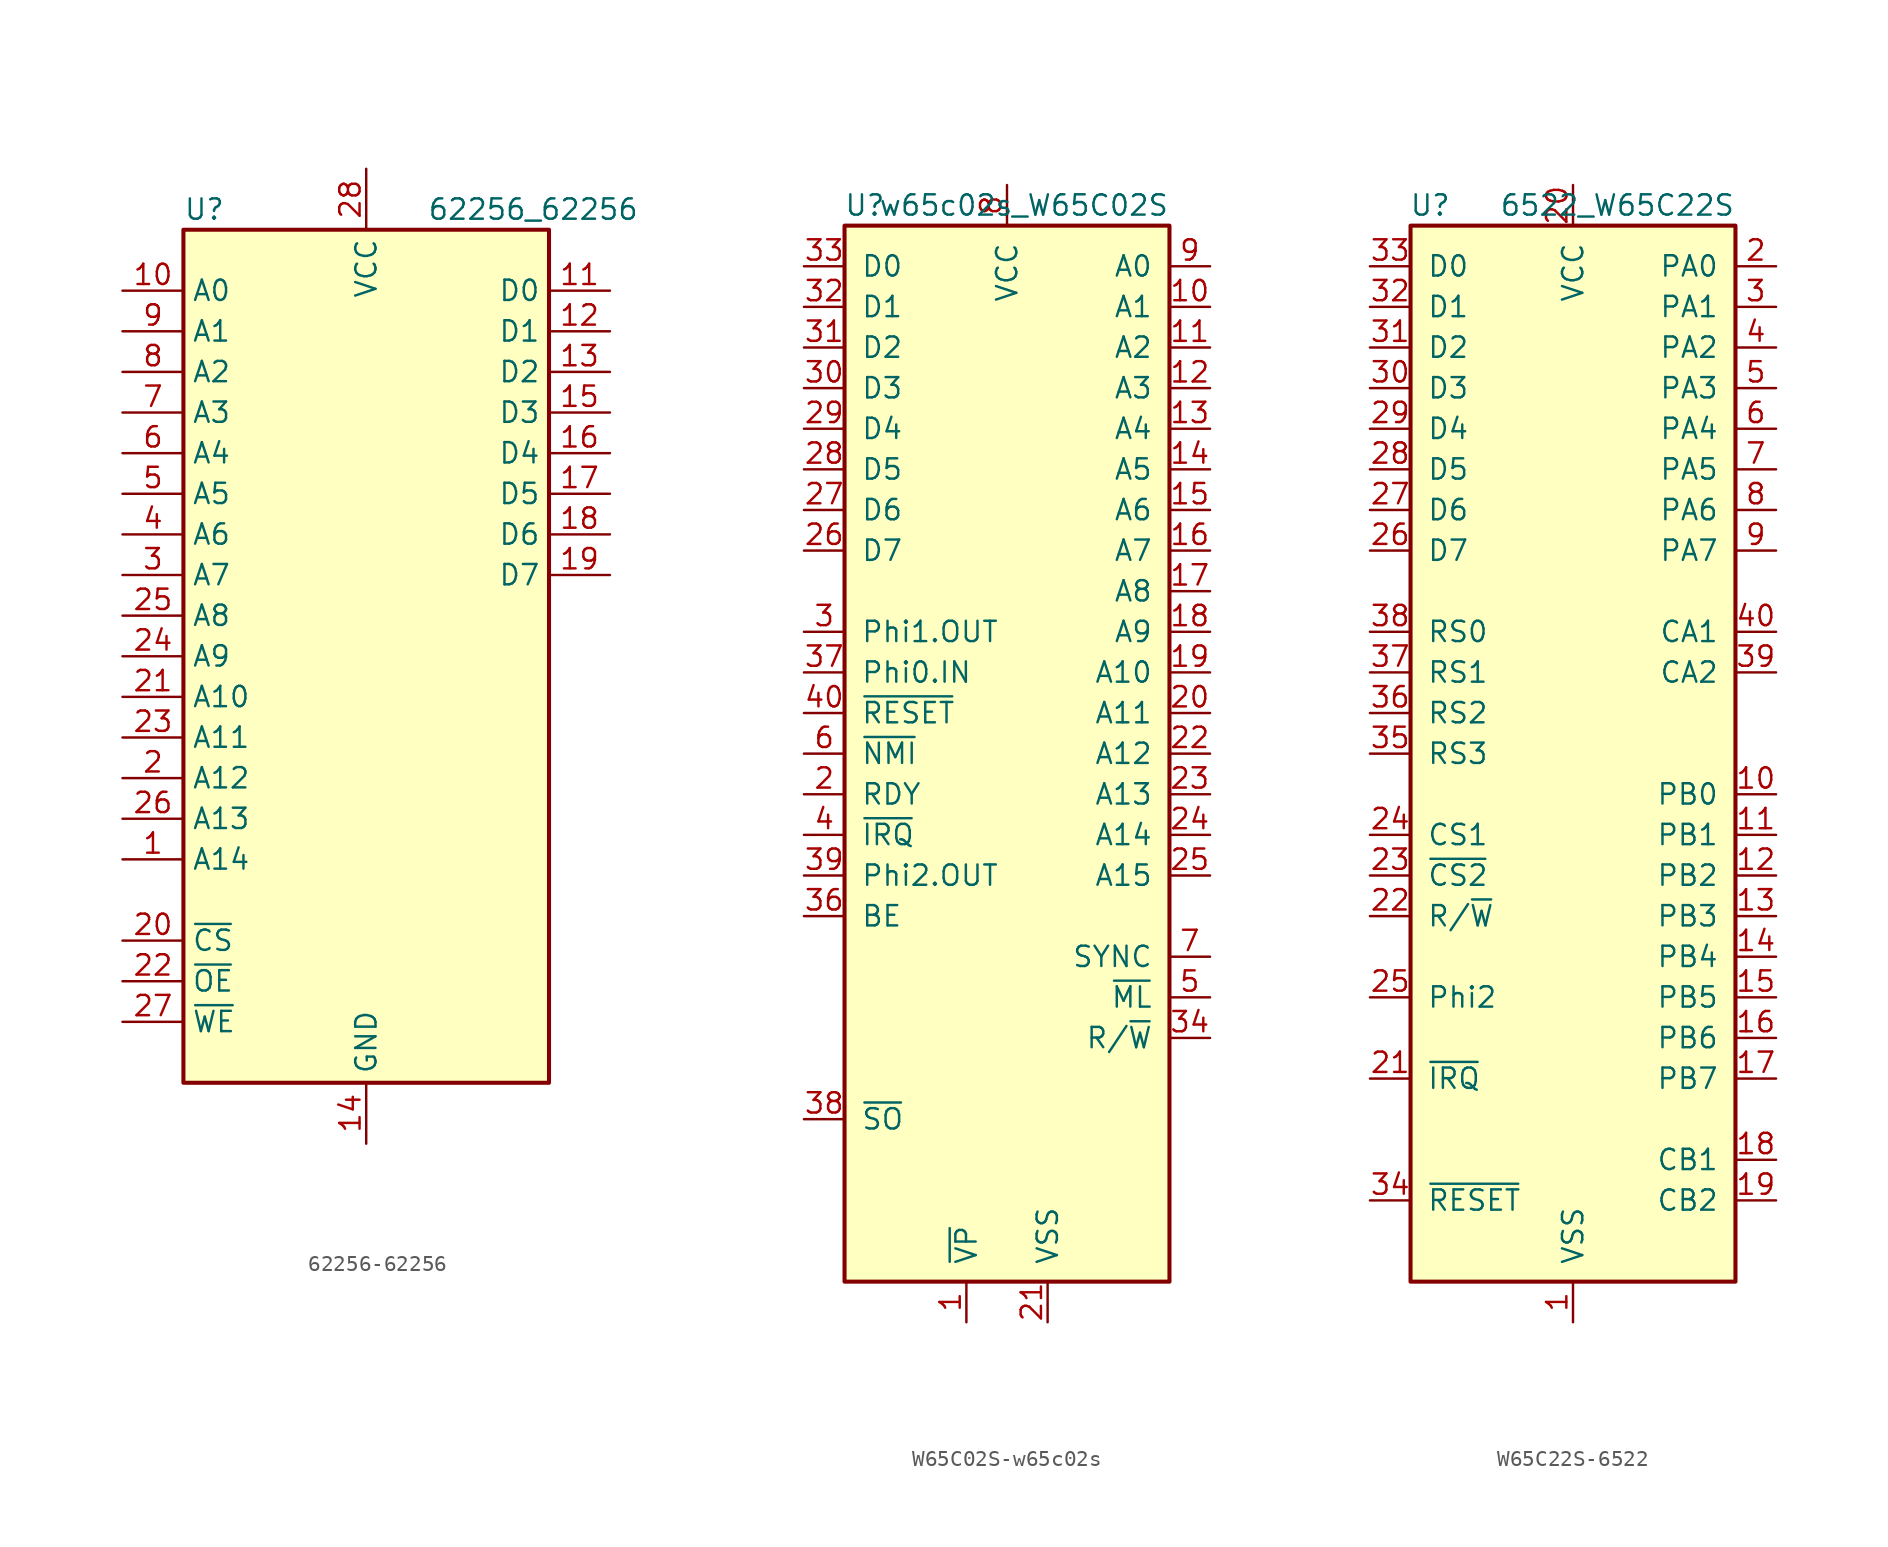
<source format=kicad_sym>
(kicad_symbol_lib
  (version 20231120)
  (generator "kicad_symbol_editor")
  (generator_version "8.0")
  (symbol "62256-62256"
    (property "Reference" "U"
      (at -11.43 27.94 0)
      (effects (font (size 1.27 1.27)) (justify left)))
    (property "Value" "62256_62256"
      (at 3.81 27.94 0)
      (effects (font (size 1.27 1.27)) (justify left)))
    (symbol "62256-62256_0_0"
      (pin power_in line (at 0 -30.48 90) (length 3.81) (name "GND" (effects (font (size 1.27 1.27)))) (number "14" (effects (font (size 1.27 1.27)))))
      (pin power_in line (at 0 30.48 270) (length 3.81) (name "VCC" (effects (font (size 1.27 1.27)))) (number "28" (effects (font (size 1.27 1.27))))))
    (symbol "62256-62256_0_1"
      (rectangle (start -11.43 26.67) (end 11.43 -26.67) (stroke (width 0.254) (type solid)) (fill (type background))))
    (symbol "62256-62256_1_1"
      (pin input line (at -15.24 -12.7 0) (length 3.81) (name "A14" (effects (font (size 1.27 1.27)))) (number "1" (effects (font (size 1.27 1.27)))))
      (pin input line (at -15.24 22.86 0) (length 3.81) (name "A0" (effects (font (size 1.27 1.27)))) (number "10" (effects (font (size 1.27 1.27)))))
      (pin tri_state line (at 15.24 22.86 180) (length 3.81) (name "D0" (effects (font (size 1.27 1.27)))) (number "11" (effects (font (size 1.27 1.27)))))
      (pin tri_state line (at 15.24 20.32 180) (length 3.81) (name "D1" (effects (font (size 1.27 1.27)))) (number "12" (effects (font (size 1.27 1.27)))))
      (pin tri_state line (at 15.24 17.78 180) (length 3.81) (name "D2" (effects (font (size 1.27 1.27)))) (number "13" (effects (font (size 1.27 1.27)))))
      (pin tri_state line (at 15.24 15.24 180) (length 3.81) (name "D3" (effects (font (size 1.27 1.27)))) (number "15" (effects (font (size 1.27 1.27)))))
      (pin tri_state line (at 15.24 12.7 180) (length 3.81) (name "D4" (effects (font (size 1.27 1.27)))) (number "16" (effects (font (size 1.27 1.27)))))
      (pin tri_state line (at 15.24 10.16 180) (length 3.81) (name "D5" (effects (font (size 1.27 1.27)))) (number "17" (effects (font (size 1.27 1.27)))))
      (pin tri_state line (at 15.24 7.62 180) (length 3.81) (name "D6" (effects (font (size 1.27 1.27)))) (number "18" (effects (font (size 1.27 1.27)))))
      (pin tri_state line (at 15.24 5.08 180) (length 3.81) (name "D7" (effects (font (size 1.27 1.27)))) (number "19" (effects (font (size 1.27 1.27)))))
      (pin input line (at -15.24 -7.62 0) (length 3.81) (name "A12" (effects (font (size 1.27 1.27)))) (number "2" (effects (font (size 1.27 1.27)))))
      (pin input line (at -15.24 -17.78 0) (length 3.81) (name "~{CS}" (effects (font (size 1.27 1.27)))) (number "20" (effects (font (size 1.27 1.27)))))
      (pin input line (at -15.24 -2.54 0) (length 3.81) (name "A10" (effects (font (size 1.27 1.27)))) (number "21" (effects (font (size 1.27 1.27)))))
      (pin input line (at -15.24 -20.32 0) (length 3.81) (name "~{OE}" (effects (font (size 1.27 1.27)))) (number "22" (effects (font (size 1.27 1.27)))))
      (pin input line (at -15.24 -5.08 0) (length 3.81) (name "A11" (effects (font (size 1.27 1.27)))) (number "23" (effects (font (size 1.27 1.27)))))
      (pin input line (at -15.24 0 0) (length 3.81) (name "A9" (effects (font (size 1.27 1.27)))) (number "24" (effects (font (size 1.27 1.27)))))
      (pin input line (at -15.24 2.54 0) (length 3.81) (name "A8" (effects (font (size 1.27 1.27)))) (number "25" (effects (font (size 1.27 1.27)))))
      (pin input line (at -15.24 -10.16 0) (length 3.81) (name "A13" (effects (font (size 1.27 1.27)))) (number "26" (effects (font (size 1.27 1.27)))))
      (pin input line (at -15.24 -22.86 0) (length 3.81) (name "~{WE}" (effects (font (size 1.27 1.27)))) (number "27" (effects (font (size 1.27 1.27)))))
      (pin input line (at -15.24 5.08 0) (length 3.81) (name "A7" (effects (font (size 1.27 1.27)))) (number "3" (effects (font (size 1.27 1.27)))))
      (pin input line (at -15.24 7.62 0) (length 3.81) (name "A6" (effects (font (size 1.27 1.27)))) (number "4" (effects (font (size 1.27 1.27)))))
      (pin input line (at -15.24 10.16 0) (length 3.81) (name "A5" (effects (font (size 1.27 1.27)))) (number "5" (effects (font (size 1.27 1.27)))))
      (pin input line (at -15.24 12.7 0) (length 3.81) (name "A4" (effects (font (size 1.27 1.27)))) (number "6" (effects (font (size 1.27 1.27)))))
      (pin input line (at -15.24 15.24 0) (length 3.81) (name "A3" (effects (font (size 1.27 1.27)))) (number "7" (effects (font (size 1.27 1.27)))))
      (pin input line (at -15.24 17.78 0) (length 3.81) (name "A2" (effects (font (size 1.27 1.27)))) (number "8" (effects (font (size 1.27 1.27)))))
      (pin input line (at -15.24 20.32 0) (length 3.81) (name "A1" (effects (font (size 1.27 1.27)))) (number "9" (effects (font (size 1.27 1.27)))))))
  (symbol "W65C02S-w65c02s"
    (pin_names
      (offset 1.016))
    (property "Reference" "U"
      (at -8.89 34.29 0)
      (effects (font (size 1.27 1.27))))
    (property "Value" "w65c02s_W65C02S"
      (at 10.16 34.29 0)
      (effects (font (size 1.27 1.27)) (justify right)))
    (symbol "W65C02S-w65c02s_0_1"
      (rectangle (start -10.16 -33.02) (end 10.16 33.02) (stroke (width 0.254) (type solid)) (fill (type background))))
    (symbol "W65C02S-w65c02s_1_1"
      (pin output line (at -2.54 -35.56 90) (length 2.54) (name "~{VP}" (effects (font (size 1.27 1.27)))) (number "1" (effects (font (size 1.27 1.27)))))
      (pin output line (at 12.7 27.94 180) (length 2.54) (name "A1" (effects (font (size 1.27 1.27)))) (number "10" (effects (font (size 1.27 1.27)))))
      (pin output line (at 12.7 25.4 180) (length 2.54) (name "A2" (effects (font (size 1.27 1.27)))) (number "11" (effects (font (size 1.27 1.27)))))
      (pin output line (at 12.7 22.86 180) (length 2.54) (name "A3" (effects (font (size 1.27 1.27)))) (number "12" (effects (font (size 1.27 1.27)))))
      (pin output line (at 12.7 20.32 180) (length 2.54) (name "A4" (effects (font (size 1.27 1.27)))) (number "13" (effects (font (size 1.27 1.27)))))
      (pin output line (at 12.7 17.78 180) (length 2.54) (name "A5" (effects (font (size 1.27 1.27)))) (number "14" (effects (font (size 1.27 1.27)))))
      (pin output line (at 12.7 15.24 180) (length 2.54) (name "A6" (effects (font (size 1.27 1.27)))) (number "15" (effects (font (size 1.27 1.27)))))
      (pin output line (at 12.7 12.7 180) (length 2.54) (name "A7" (effects (font (size 1.27 1.27)))) (number "16" (effects (font (size 1.27 1.27)))))
      (pin output line (at 12.7 10.16 180) (length 2.54) (name "A8" (effects (font (size 1.27 1.27)))) (number "17" (effects (font (size 1.27 1.27)))))
      (pin output line (at 12.7 7.62 180) (length 2.54) (name "A9" (effects (font (size 1.27 1.27)))) (number "18" (effects (font (size 1.27 1.27)))))
      (pin output line (at 12.7 5.08 180) (length 2.54) (name "A10" (effects (font (size 1.27 1.27)))) (number "19" (effects (font (size 1.27 1.27)))))
      (pin input line (at -12.7 -2.54 0) (length 2.54) (name "RDY" (effects (font (size 1.27 1.27)))) (number "2" (effects (font (size 1.27 1.27)))))
      (pin output line (at 12.7 2.54 180) (length 2.54) (name "A11" (effects (font (size 1.27 1.27)))) (number "20" (effects (font (size 1.27 1.27)))))
      (pin power_in line (at 2.54 -35.56 90) (length 2.54) (name "VSS" (effects (font (size 1.27 1.27)))) (number "21" (effects (font (size 1.27 1.27)))))
      (pin output line (at 12.7 0 180) (length 2.54) (name "A12" (effects (font (size 1.27 1.27)))) (number "22" (effects (font (size 1.27 1.27)))))
      (pin output line (at 12.7 -2.54 180) (length 2.54) (name "A13" (effects (font (size 1.27 1.27)))) (number "23" (effects (font (size 1.27 1.27)))))
      (pin output line (at 12.7 -5.08 180) (length 2.54) (name "A14" (effects (font (size 1.27 1.27)))) (number "24" (effects (font (size 1.27 1.27)))))
      (pin output line (at 12.7 -7.62 180) (length 2.54) (name "A15" (effects (font (size 1.27 1.27)))) (number "25" (effects (font (size 1.27 1.27)))))
      (pin bidirectional line (at -12.7 12.7 0) (length 2.54) (name "D7" (effects (font (size 1.27 1.27)))) (number "26" (effects (font (size 1.27 1.27)))))
      (pin bidirectional line (at -12.7 15.24 0) (length 2.54) (name "D6" (effects (font (size 1.27 1.27)))) (number "27" (effects (font (size 1.27 1.27)))))
      (pin bidirectional line (at -12.7 17.78 0) (length 2.54) (name "D5" (effects (font (size 1.27 1.27)))) (number "28" (effects (font (size 1.27 1.27)))))
      (pin bidirectional line (at -12.7 20.32 0) (length 2.54) (name "D4" (effects (font (size 1.27 1.27)))) (number "29" (effects (font (size 1.27 1.27)))))
      (pin output line (at -12.7 7.62 0) (length 2.54) (name "Phi1.OUT" (effects (font (size 1.27 1.27)))) (number "3" (effects (font (size 1.27 1.27)))))
      (pin bidirectional line (at -12.7 22.86 0) (length 2.54) (name "D3" (effects (font (size 1.27 1.27)))) (number "30" (effects (font (size 1.27 1.27)))))
      (pin bidirectional line (at -12.7 25.4 0) (length 2.54) (name "D2" (effects (font (size 1.27 1.27)))) (number "31" (effects (font (size 1.27 1.27)))))
      (pin bidirectional line (at -12.7 27.94 0) (length 2.54) (name "D1" (effects (font (size 1.27 1.27)))) (number "32" (effects (font (size 1.27 1.27)))))
      (pin bidirectional line (at -12.7 30.48 0) (length 2.54) (name "D0" (effects (font (size 1.27 1.27)))) (number "33" (effects (font (size 1.27 1.27)))))
      (pin output line (at 12.7 -17.78 180) (length 2.54) (name "R/~{W}" (effects (font (size 1.27 1.27)))) (number "34" (effects (font (size 1.27 1.27)))))
      (pin no_connect line (at -10.16 -25.4 0) (length 2.54) hide (name "N.C." (effects (font (size 1.27 1.27)))) (number "35" (effects (font (size 1.27 1.27)))))
      (pin input line (at -12.7 -10.16 0) (length 2.54) (name "BE" (effects (font (size 1.27 1.27)))) (number "36" (effects (font (size 1.27 1.27)))))
      (pin input line (at -12.7 5.08 0) (length 2.54) (name "Phi0.IN" (effects (font (size 1.27 1.27)))) (number "37" (effects (font (size 1.27 1.27)))))
      (pin input line (at -12.7 -22.86 0) (length 2.54) (name "~{SO}" (effects (font (size 1.27 1.27)))) (number "38" (effects (font (size 1.27 1.27)))))
      (pin output line (at -12.7 -7.62 0) (length 2.54) (name "Phi2.OUT" (effects (font (size 1.27 1.27)))) (number "39" (effects (font (size 1.27 1.27)))))
      (pin input line (at -12.7 -5.08 0) (length 2.54) (name "~{IRQ}" (effects (font (size 1.27 1.27)))) (number "4" (effects (font (size 1.27 1.27)))))
      (pin input line (at -12.7 2.54 0) (length 2.54) (name "~{RESET}" (effects (font (size 1.27 1.27)))) (number "40" (effects (font (size 1.27 1.27)))))
      (pin output line (at 12.7 -15.24 180) (length 2.54) (name "~{ML}" (effects (font (size 1.27 1.27)))) (number "5" (effects (font (size 1.27 1.27)))))
      (pin input line (at -12.7 0 0) (length 2.54) (name "~{NMI}" (effects (font (size 1.27 1.27)))) (number "6" (effects (font (size 1.27 1.27)))))
      (pin output line (at 12.7 -12.7 180) (length 2.54) (name "SYNC" (effects (font (size 1.27 1.27)))) (number "7" (effects (font (size 1.27 1.27)))))
      (pin power_in line (at 0 35.56 270) (length 2.54) (name "VCC" (effects (font (size 1.27 1.27)))) (number "8" (effects (font (size 1.27 1.27)))))
      (pin output line (at 12.7 30.48 180) (length 2.54) (name "A0" (effects (font (size 1.27 1.27)))) (number "9" (effects (font (size 1.27 1.27)))))))
  (symbol "W65C22S-6522"
    (pin_names
      (offset 1.016))
    (property "Reference" "U"
      (at -7.62 34.29 0)
      (effects (font (size 1.27 1.27)) (justify right)))
    (property "Value" "6522_W65C22S"
      (at 10.16 34.29 0)
      (effects (font (size 1.27 1.27)) (justify right)))
    (symbol "W65C22S-6522_0_1"
      (rectangle (start -10.16 -33.02) (end 10.16 33.02) (stroke (width 0.254) (type solid)) (fill (type background))))
    (symbol "W65C22S-6522_1_1"
      (pin power_in line (at 0 -35.56 90) (length 2.54) (name "VSS" (effects (font (size 1.27 1.27)))) (number "1" (effects (font (size 1.27 1.27)))))
      (pin bidirectional line (at 12.7 -2.54 180) (length 2.54) (name "PB0" (effects (font (size 1.27 1.27)))) (number "10" (effects (font (size 1.27 1.27)))))
      (pin bidirectional line (at 12.7 -5.08 180) (length 2.54) (name "PB1" (effects (font (size 1.27 1.27)))) (number "11" (effects (font (size 1.27 1.27)))))
      (pin bidirectional line (at 12.7 -7.62 180) (length 2.54) (name "PB2" (effects (font (size 1.27 1.27)))) (number "12" (effects (font (size 1.27 1.27)))))
      (pin bidirectional line (at 12.7 -10.16 180) (length 2.54) (name "PB3" (effects (font (size 1.27 1.27)))) (number "13" (effects (font (size 1.27 1.27)))))
      (pin bidirectional line (at 12.7 -12.7 180) (length 2.54) (name "PB4" (effects (font (size 1.27 1.27)))) (number "14" (effects (font (size 1.27 1.27)))))
      (pin bidirectional line (at 12.7 -15.24 180) (length 2.54) (name "PB5" (effects (font (size 1.27 1.27)))) (number "15" (effects (font (size 1.27 1.27)))))
      (pin bidirectional line (at 12.7 -17.78 180) (length 2.54) (name "PB6" (effects (font (size 1.27 1.27)))) (number "16" (effects (font (size 1.27 1.27)))))
      (pin bidirectional line (at 12.7 -20.32 180) (length 2.54) (name "PB7" (effects (font (size 1.27 1.27)))) (number "17" (effects (font (size 1.27 1.27)))))
      (pin bidirectional line (at 12.7 -25.4 180) (length 2.54) (name "CB1" (effects (font (size 1.27 1.27)))) (number "18" (effects (font (size 1.27 1.27)))))
      (pin bidirectional line (at 12.7 -27.94 180) (length 2.54) (name "CB2" (effects (font (size 1.27 1.27)))) (number "19" (effects (font (size 1.27 1.27)))))
      (pin bidirectional line (at 12.7 30.48 180) (length 2.54) (name "PA0" (effects (font (size 1.27 1.27)))) (number "2" (effects (font (size 1.27 1.27)))))
      (pin power_in line (at 0 35.56 270) (length 2.54) (name "VCC" (effects (font (size 1.27 1.27)))) (number "20" (effects (font (size 1.27 1.27)))))
      (pin open_collector line (at -12.7 -20.32 0) (length 2.54) (name "~{IRQ}" (effects (font (size 1.27 1.27)))) (number "21" (effects (font (size 1.27 1.27)))))
      (pin input line (at -12.7 -10.16 0) (length 2.54) (name "R/~{W}" (effects (font (size 1.27 1.27)))) (number "22" (effects (font (size 1.27 1.27)))))
      (pin input line (at -12.7 -7.62 0) (length 2.54) (name "~{CS2}" (effects (font (size 1.27 1.27)))) (number "23" (effects (font (size 1.27 1.27)))))
      (pin input line (at -12.7 -5.08 0) (length 2.54) (name "CS1" (effects (font (size 1.27 1.27)))) (number "24" (effects (font (size 1.27 1.27)))))
      (pin input line (at -12.7 -15.24 0) (length 2.54) (name "Phi2" (effects (font (size 1.27 1.27)))) (number "25" (effects (font (size 1.27 1.27)))))
      (pin bidirectional line (at -12.7 12.7 0) (length 2.54) (name "D7" (effects (font (size 1.27 1.27)))) (number "26" (effects (font (size 1.27 1.27)))))
      (pin bidirectional line (at -12.7 15.24 0) (length 2.54) (name "D6" (effects (font (size 1.27 1.27)))) (number "27" (effects (font (size 1.27 1.27)))))
      (pin bidirectional line (at -12.7 17.78 0) (length 2.54) (name "D5" (effects (font (size 1.27 1.27)))) (number "28" (effects (font (size 1.27 1.27)))))
      (pin bidirectional line (at -12.7 20.32 0) (length 2.54) (name "D4" (effects (font (size 1.27 1.27)))) (number "29" (effects (font (size 1.27 1.27)))))
      (pin bidirectional line (at 12.7 27.94 180) (length 2.54) (name "PA1" (effects (font (size 1.27 1.27)))) (number "3" (effects (font (size 1.27 1.27)))))
      (pin bidirectional line (at -12.7 22.86 0) (length 2.54) (name "D3" (effects (font (size 1.27 1.27)))) (number "30" (effects (font (size 1.27 1.27)))))
      (pin bidirectional line (at -12.7 25.4 0) (length 2.54) (name "D2" (effects (font (size 1.27 1.27)))) (number "31" (effects (font (size 1.27 1.27)))))
      (pin bidirectional line (at -12.7 27.94 0) (length 2.54) (name "D1" (effects (font (size 1.27 1.27)))) (number "32" (effects (font (size 1.27 1.27)))))
      (pin bidirectional line (at -12.7 30.48 0) (length 2.54) (name "D0" (effects (font (size 1.27 1.27)))) (number "33" (effects (font (size 1.27 1.27)))))
      (pin input line (at -12.7 -27.94 0) (length 2.54) (name "~{RESET}" (effects (font (size 1.27 1.27)))) (number "34" (effects (font (size 1.27 1.27)))))
      (pin input line (at -12.7 0 0) (length 2.54) (name "RS3" (effects (font (size 1.27 1.27)))) (number "35" (effects (font (size 1.27 1.27)))))
      (pin input line (at -12.7 2.54 0) (length 2.54) (name "RS2" (effects (font (size 1.27 1.27)))) (number "36" (effects (font (size 1.27 1.27)))))
      (pin input line (at -12.7 5.08 0) (length 2.54) (name "RS1" (effects (font (size 1.27 1.27)))) (number "37" (effects (font (size 1.27 1.27)))))
      (pin input line (at -12.7 7.62 0) (length 2.54) (name "RS0" (effects (font (size 1.27 1.27)))) (number "38" (effects (font (size 1.27 1.27)))))
      (pin bidirectional line (at 12.7 5.08 180) (length 2.54) (name "CA2" (effects (font (size 1.27 1.27)))) (number "39" (effects (font (size 1.27 1.27)))))
      (pin bidirectional line (at 12.7 25.4 180) (length 2.54) (name "PA2" (effects (font (size 1.27 1.27)))) (number "4" (effects (font (size 1.27 1.27)))))
      (pin input line (at 12.7 7.62 180) (length 2.54) (name "CA1" (effects (font (size 1.27 1.27)))) (number "40" (effects (font (size 1.27 1.27)))))
      (pin bidirectional line (at 12.7 22.86 180) (length 2.54) (name "PA3" (effects (font (size 1.27 1.27)))) (number "5" (effects (font (size 1.27 1.27)))))
      (pin bidirectional line (at 12.7 20.32 180) (length 2.54) (name "PA4" (effects (font (size 1.27 1.27)))) (number "6" (effects (font (size 1.27 1.27)))))
      (pin bidirectional line (at 12.7 17.78 180) (length 2.54) (name "PA5" (effects (font (size 1.27 1.27)))) (number "7" (effects (font (size 1.27 1.27)))))
      (pin bidirectional line (at 12.7 15.24 180) (length 2.54) (name "PA6" (effects (font (size 1.27 1.27)))) (number "8" (effects (font (size 1.27 1.27)))))
      (pin bidirectional line (at 12.7 12.7 180) (length 2.54) (name "PA7" (effects (font (size 1.27 1.27)))) (number "9" (effects (font (size 1.27 1.27))))))))
</source>
